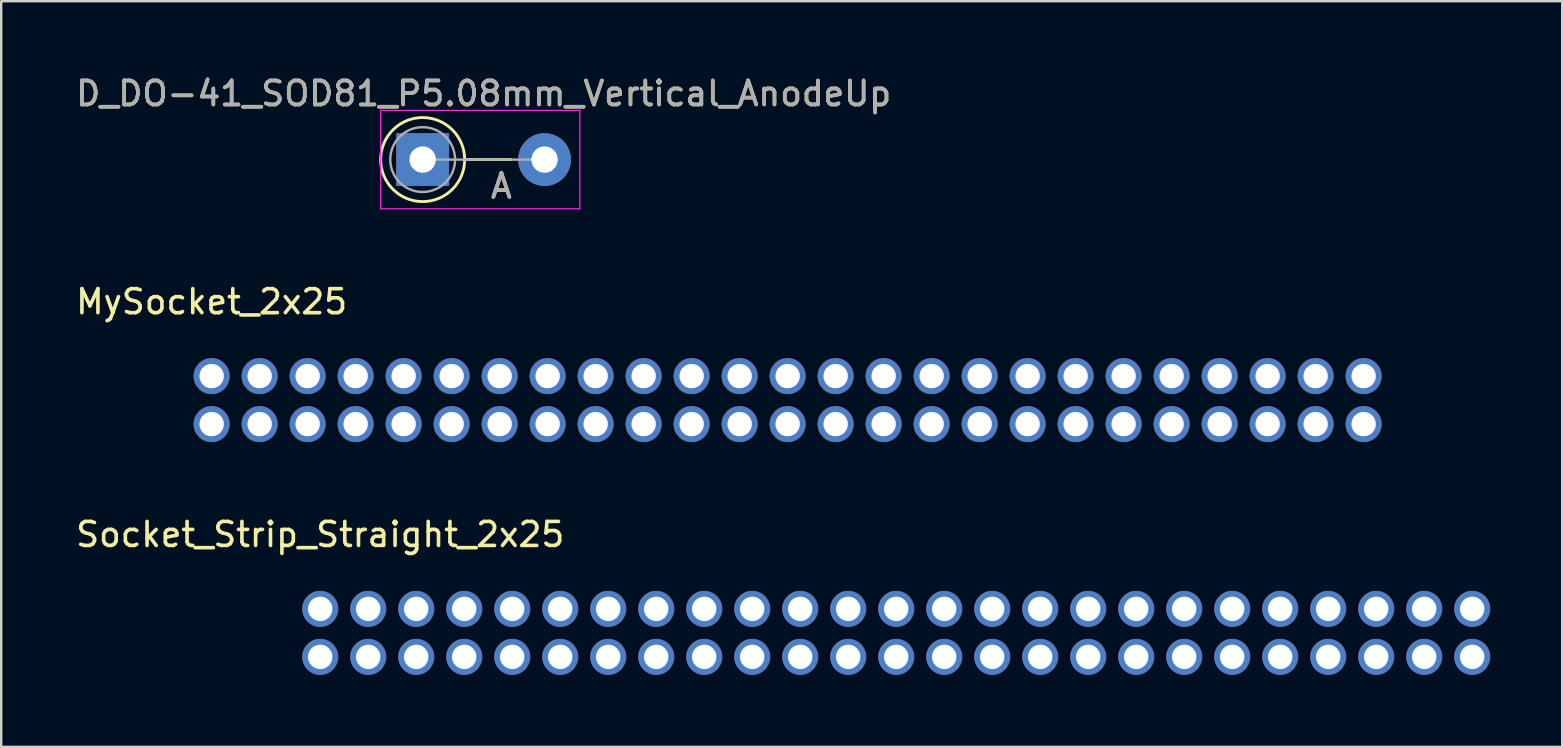
<source format=kicad_pcb>
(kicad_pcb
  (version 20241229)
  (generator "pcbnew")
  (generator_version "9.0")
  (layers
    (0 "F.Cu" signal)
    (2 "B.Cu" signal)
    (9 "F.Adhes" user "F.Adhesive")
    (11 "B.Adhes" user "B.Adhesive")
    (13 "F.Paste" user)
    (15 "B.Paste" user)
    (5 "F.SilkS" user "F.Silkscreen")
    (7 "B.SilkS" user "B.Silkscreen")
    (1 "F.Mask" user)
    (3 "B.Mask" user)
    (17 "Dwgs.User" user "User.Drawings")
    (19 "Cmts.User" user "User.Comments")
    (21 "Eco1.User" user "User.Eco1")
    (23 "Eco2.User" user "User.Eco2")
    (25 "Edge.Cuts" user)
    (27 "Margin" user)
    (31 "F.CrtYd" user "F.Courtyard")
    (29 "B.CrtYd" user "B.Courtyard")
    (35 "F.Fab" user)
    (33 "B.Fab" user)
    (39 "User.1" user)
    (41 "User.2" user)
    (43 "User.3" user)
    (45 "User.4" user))
  (footprint "MySocket_2x25"
    (layer "F.Cu")
    (at 5.768 14.622)
    (property "Reference" "MySocket_2x25" (at 0 -5.1 0) (layer "F.SilkS") (effects (font (size 1 1) (thickness 0.15))))
    (attr through_hole)
    (pad "1" thru_hole circle (at 0 0 180) (size 1.5 1.5) (drill 1.016) (layers "*.Cu" "*.Mask"))
    (pad "2" thru_hole circle (at 0 -2 180) (size 1.5 1.5) (drill 1.016) (layers "*.Cu" "*.Mask"))
    (pad "3" thru_hole circle (at 2 0 180) (size 1.5 1.5) (drill 1.016) (layers "*.Cu" "*.Mask"))
    (pad "4" thru_hole circle (at 2 -2 180) (size 1.5 1.5) (drill 1.016) (layers "*.Cu" "*.Mask"))
    (pad "5" thru_hole circle (at 4 0 180) (size 1.5 1.5) (drill 1.016) (layers "*.Cu" "*.Mask"))
    (pad "6" thru_hole circle (at 4 -2 180) (size 1.5 1.5) (drill 1.016) (layers "*.Cu" "*.Mask"))
    (pad "7" thru_hole circle (at 6 0 180) (size 1.5 1.5) (drill 1.016) (layers "*.Cu" "*.Mask"))
    (pad "8" thru_hole circle (at 6 -2 180) (size 1.5 1.5) (drill 1.016) (layers "*.Cu" "*.Mask"))
    (pad "9" thru_hole circle (at 8 0 180) (size 1.5 1.5) (drill 1.016) (layers "*.Cu" "*.Mask"))
    (pad "10" thru_hole circle (at 8 -2 180) (size 1.5 1.5) (drill 1.016) (layers "*.Cu" "*.Mask"))
    (pad "11" thru_hole circle (at 10 0 180) (size 1.5 1.5) (drill 1.016) (layers "*.Cu" "*.Mask"))
    (pad "12" thru_hole circle (at 10 -2 180) (size 1.5 1.5) (drill 1.016) (layers "*.Cu" "*.Mask"))
    (pad "13" thru_hole circle (at 12 0 180) (size 1.5 1.5) (drill 1.016) (layers "*.Cu" "*.Mask"))
    (pad "14" thru_hole circle (at 12 -2 180) (size 1.5 1.5) (drill 1.016) (layers "*.Cu" "*.Mask"))
    (pad "15" thru_hole circle (at 14 0 180) (size 1.5 1.5) (drill 1.016) (layers "*.Cu" "*.Mask"))
    (pad "16" thru_hole circle (at 14 -2 180) (size 1.5 1.5) (drill 1.016) (layers "*.Cu" "*.Mask"))
    (pad "17" thru_hole circle (at 16 0 180) (size 1.5 1.5) (drill 1.016) (layers "*.Cu" "*.Mask"))
    (pad "18" thru_hole circle (at 16 -2 180) (size 1.5 1.5) (drill 1.016) (layers "*.Cu" "*.Mask"))
    (pad "19" thru_hole circle (at 18 0 180) (size 1.5 1.5) (drill 1.016) (layers "*.Cu" "*.Mask"))
    (pad "20" thru_hole circle (at 18 -2 180) (size 1.5 1.5) (drill 1.016) (layers "*.Cu" "*.Mask"))
    (pad "21" thru_hole circle (at 20 0 180) (size 1.5 1.5) (drill 1.016) (layers "*.Cu" "*.Mask"))
    (pad "22" thru_hole circle (at 20 -2 180) (size 1.5 1.5) (drill 1.016) (layers "*.Cu" "*.Mask"))
    (pad "23" thru_hole circle (at 22 0 180) (size 1.5 1.5) (drill 1.016) (layers "*.Cu" "*.Mask"))
    (pad "24" thru_hole circle (at 22 -2 180) (size 1.5 1.5) (drill 1.016) (layers "*.Cu" "*.Mask"))
    (pad "25" thru_hole circle (at 24 0) (size 1.5 1.5) (drill 1.016) (layers "*.Cu" "*.Mask"))
    (pad "26" thru_hole circle (at 24 -2) (size 1.5 1.5) (drill 1.016) (layers "*.Cu" "*.Mask"))
    (pad "27" thru_hole circle (at 26 0) (size 1.5 1.5) (drill 1.016) (layers "*.Cu" "*.Mask"))
    (pad "28" thru_hole circle (at 26 -2) (size 1.5 1.5) (drill 1.016) (layers "*.Cu" "*.Mask"))
    (pad "29" thru_hole circle (at 28 0) (size 1.5 1.5) (drill 1.016) (layers "*.Cu" "*.Mask"))
    (pad "30" thru_hole circle (at 28 -2) (size 1.5 1.5) (drill 1.016) (layers "*.Cu" "*.Mask"))
    (pad "31" thru_hole circle (at 30 0) (size 1.5 1.5) (drill 1.016) (layers "*.Cu" "*.Mask"))
    (pad "32" thru_hole circle (at 30 -2) (size 1.5 1.5) (drill 1.016) (layers "*.Cu" "*.Mask"))
    (pad "33" thru_hole circle (at 32 0) (size 1.5 1.5) (drill 1.016) (layers "*.Cu" "*.Mask"))
    (pad "34" thru_hole circle (at 32 -2) (size 1.5 1.5) (drill 1.016) (layers "*.Cu" "*.Mask"))
    (pad "35" thru_hole circle (at 34 0) (size 1.5 1.5) (drill 1.016) (layers "*.Cu" "*.Mask"))
    (pad "36" thru_hole circle (at 34 -2) (size 1.5 1.5) (drill 1.016) (layers "*.Cu" "*.Mask"))
    (pad "37" thru_hole circle (at 36 0) (size 1.5 1.5) (drill 1.016) (layers "*.Cu" "*.Mask"))
    (pad "38" thru_hole circle (at 36 -2) (size 1.5 1.5) (drill 1.016) (layers "*.Cu" "*.Mask"))
    (pad "39" thru_hole circle (at 38 0) (size 1.5 1.5) (drill 1.016) (layers "*.Cu" "*.Mask"))
    (pad "40" thru_hole circle (at 38 -2) (size 1.5 1.5) (drill 1.016) (layers "*.Cu" "*.Mask"))
    (pad "41" thru_hole circle (at 40 0) (size 1.5 1.5) (drill 1.016) (layers "*.Cu" "*.Mask"))
    (pad "42" thru_hole circle (at 40 -2) (size 1.5 1.5) (drill 1.016) (layers "*.Cu" "*.Mask"))
    (pad "43" thru_hole circle (at 42 0) (size 1.5 1.5) (drill 1.016) (layers "*.Cu" "*.Mask"))
    (pad "44" thru_hole circle (at 42 -2) (size 1.5 1.5) (drill 1.016) (layers "*.Cu" "*.Mask"))
    (pad "45" thru_hole circle (at 44 0) (size 1.5 1.5) (drill 1.016) (layers "*.Cu" "*.Mask"))
    (pad "46" thru_hole circle (at 44 -2) (size 1.5 1.5) (drill 1.016) (layers "*.Cu" "*.Mask"))
    (pad "47" thru_hole circle (at 46 0) (size 1.5 1.5) (drill 1.016) (layers "*.Cu" "*.Mask"))
    (pad "48" thru_hole circle (at 46 -2) (size 1.5 1.5) (drill 1.016) (layers "*.Cu" "*.Mask"))
    (pad "49" thru_hole circle (at 48 0) (size 1.5 1.5) (drill 1.016) (layers "*.Cu" "*.Mask"))
    (pad "50" thru_hole circle (at 48 -2) (size 1.5 1.5) (drill 1.016) (layers "*.Cu" "*.Mask")))
  (footprint "Socket_Strip_Straight_2x25"
    (layer "F.Cu")
    (at 10.292 24.32)
    (property "Reference" "Socket_Strip_Straight_2x25" (at 0 -5.1 0) (layer "F.SilkS") (effects (font (size 1 1) (thickness 0.15))))
    (attr through_hole)
    (pad "1" thru_hole circle (at 0 0 180) (size 1.5 1.5) (drill 1.016) (layers "*.Cu" "*.Mask"))
    (pad "2" thru_hole circle (at 0 -2 180) (size 1.5 1.5) (drill 1.016) (layers "*.Cu" "*.Mask"))
    (pad "3" thru_hole circle (at 2 0 180) (size 1.5 1.5) (drill 1.016) (layers "*.Cu" "*.Mask"))
    (pad "4" thru_hole circle (at 2 -2 180) (size 1.5 1.5) (drill 1.016) (layers "*.Cu" "*.Mask"))
    (pad "5" thru_hole circle (at 4 0 180) (size 1.5 1.5) (drill 1.016) (layers "*.Cu" "*.Mask"))
    (pad "6" thru_hole circle (at 4 -2 180) (size 1.5 1.5) (drill 1.016) (layers "*.Cu" "*.Mask"))
    (pad "7" thru_hole circle (at 6 0 180) (size 1.5 1.5) (drill 1.016) (layers "*.Cu" "*.Mask"))
    (pad "8" thru_hole circle (at 6 -2 180) (size 1.5 1.5) (drill 1.016) (layers "*.Cu" "*.Mask"))
    (pad "9" thru_hole circle (at 8 0 180) (size 1.5 1.5) (drill 1.016) (layers "*.Cu" "*.Mask"))
    (pad "10" thru_hole circle (at 8 -2 180) (size 1.5 1.5) (drill 1.016) (layers "*.Cu" "*.Mask"))
    (pad "11" thru_hole circle (at 10 0 180) (size 1.5 1.5) (drill 1.016) (layers "*.Cu" "*.Mask"))
    (pad "12" thru_hole circle (at 10 -2 180) (size 1.5 1.5) (drill 1.016) (layers "*.Cu" "*.Mask"))
    (pad "13" thru_hole circle (at 12 0 180) (size 1.5 1.5) (drill 1.016) (layers "*.Cu" "*.Mask"))
    (pad "14" thru_hole circle (at 12 -2 180) (size 1.5 1.5) (drill 1.016) (layers "*.Cu" "*.Mask"))
    (pad "15" thru_hole circle (at 14 0 180) (size 1.5 1.5) (drill 1.016) (layers "*.Cu" "*.Mask"))
    (pad "16" thru_hole circle (at 14 -2 180) (size 1.5 1.5) (drill 1.016) (layers "*.Cu" "*.Mask"))
    (pad "17" thru_hole circle (at 16 0 180) (size 1.5 1.5) (drill 1.016) (layers "*.Cu" "*.Mask"))
    (pad "18" thru_hole circle (at 16 -2 180) (size 1.5 1.5) (drill 1.016) (layers "*.Cu" "*.Mask"))
    (pad "19" thru_hole circle (at 18 0 180) (size 1.5 1.5) (drill 1.016) (layers "*.Cu" "*.Mask"))
    (pad "20" thru_hole circle (at 18 -2 180) (size 1.5 1.5) (drill 1.016) (layers "*.Cu" "*.Mask"))
    (pad "21" thru_hole circle (at 20 0 180) (size 1.5 1.5) (drill 1.016) (layers "*.Cu" "*.Mask"))
    (pad "22" thru_hole circle (at 20 -2 180) (size 1.5 1.5) (drill 1.016) (layers "*.Cu" "*.Mask"))
    (pad "23" thru_hole circle (at 22 0 180) (size 1.5 1.5) (drill 1.016) (layers "*.Cu" "*.Mask"))
    (pad "24" thru_hole circle (at 22 -2 180) (size 1.5 1.5) (drill 1.016) (layers "*.Cu" "*.Mask"))
    (pad "25" thru_hole circle (at 24 0) (size 1.5 1.5) (drill 1.016) (layers "*.Cu" "*.Mask"))
    (pad "26" thru_hole circle (at 24 -2) (size 1.5 1.5) (drill 1.016) (layers "*.Cu" "*.Mask"))
    (pad "27" thru_hole circle (at 26 0) (size 1.5 1.5) (drill 1.016) (layers "*.Cu" "*.Mask"))
    (pad "28" thru_hole circle (at 26 -2) (size 1.5 1.5) (drill 1.016) (layers "*.Cu" "*.Mask"))
    (pad "29" thru_hole circle (at 28 0) (size 1.5 1.5) (drill 1.016) (layers "*.Cu" "*.Mask"))
    (pad "30" thru_hole circle (at 28 -2) (size 1.5 1.5) (drill 1.016) (layers "*.Cu" "*.Mask"))
    (pad "31" thru_hole circle (at 30 0) (size 1.5 1.5) (drill 1.016) (layers "*.Cu" "*.Mask"))
    (pad "32" thru_hole circle (at 30 -2) (size 1.5 1.5) (drill 1.016) (layers "*.Cu" "*.Mask"))
    (pad "33" thru_hole circle (at 32 0) (size 1.5 1.5) (drill 1.016) (layers "*.Cu" "*.Mask"))
    (pad "34" thru_hole circle (at 32 -2) (size 1.5 1.5) (drill 1.016) (layers "*.Cu" "*.Mask"))
    (pad "35" thru_hole circle (at 34 0) (size 1.5 1.5) (drill 1.016) (layers "*.Cu" "*.Mask"))
    (pad "36" thru_hole circle (at 34 -2) (size 1.5 1.5) (drill 1.016) (layers "*.Cu" "*.Mask"))
    (pad "37" thru_hole circle (at 36 0) (size 1.5 1.5) (drill 1.016) (layers "*.Cu" "*.Mask"))
    (pad "38" thru_hole circle (at 36 -2) (size 1.5 1.5) (drill 1.016) (layers "*.Cu" "*.Mask"))
    (pad "39" thru_hole circle (at 38 0) (size 1.5 1.5) (drill 1.016) (layers "*.Cu" "*.Mask"))
    (pad "40" thru_hole circle (at 38 -2) (size 1.5 1.5) (drill 1.016) (layers "*.Cu" "*.Mask"))
    (pad "41" thru_hole circle (at 40 0) (size 1.5 1.5) (drill 1.016) (layers "*.Cu" "*.Mask"))
    (pad "42" thru_hole circle (at 40 -2) (size 1.5 1.5) (drill 1.016) (layers "*.Cu" "*.Mask"))
    (pad "43" thru_hole circle (at 42 0) (size 1.5 1.5) (drill 1.016) (layers "*.Cu" "*.Mask"))
    (pad "44" thru_hole circle (at 42 -2) (size 1.5 1.5) (drill 1.016) (layers "*.Cu" "*.Mask"))
    (pad "45" thru_hole circle (at 44 0) (size 1.5 1.5) (drill 1.016) (layers "*.Cu" "*.Mask"))
    (pad "46" thru_hole circle (at 44 -2) (size 1.5 1.5) (drill 1.016) (layers "*.Cu" "*.Mask"))
    (pad "47" thru_hole circle (at 46 0) (size 1.5 1.5) (drill 1.016) (layers "*.Cu" "*.Mask"))
    (pad "48" thru_hole circle (at 46 -2) (size 1.5 1.5) (drill 1.016) (layers "*.Cu" "*.Mask"))
    (pad "49" thru_hole circle (at 48 0) (size 1.5 1.5) (drill 1.016) (layers "*.Cu" "*.Mask"))
    (pad "50" thru_hole circle (at 48 -2) (size 1.5 1.5) (drill 1.016) (layers "*.Cu" "*.Mask")))
  (footprint "D_DO-41_SOD81_P5.08mm_Vertical_AnodeUp"
    (layer "F.Cu")
    (at 14.561 3.599)
    (property "Reference" "D_DO-41_SOD81_P5.08mm_Vertical_AnodeUp" (at 2.54 -2.751 0) (layer "F.SilkS") (effects (font (size 1 1) (thickness 0.15))))
    (attr through_hole)
    (fp_line (start 1.751 0) (end 3.68 0) (stroke (width 0.12) (type solid)) (layer "F.SilkS"))
    (fp_circle (center 0 0) (end 1.751 0) (stroke (width 0.12) (type solid)) (fill no) (layer "F.SilkS"))
    (fp_line (start -1.75 -2.05) (end -1.75 2.05) (stroke (width 0.05) (type solid)) (layer "F.CrtYd"))
    (fp_line (start -1.75 2.05) (end 6.55 2.05) (stroke (width 0.05) (type solid)) (layer "F.CrtYd"))
    (fp_line (start 6.55 -2.05) (end -1.75 -2.05) (stroke (width 0.05) (type solid)) (layer "F.CrtYd"))
    (fp_line (start 6.55 2.05) (end 6.55 -2.05) (stroke (width 0.05) (type solid)) (layer "F.CrtYd"))
    (fp_line (start 0 0) (end 5.08 0) (stroke (width 0.1) (type solid)) (layer "F.Fab"))
    (fp_circle (center 0 0) (end 1.35 0) (stroke (width 0.1) (type solid)) (fill no) (layer "F.Fab"))
    (fp_text user "A" (at 3.28 1.1 0) (layer "F.SilkS") (effects (font (size 1 1) (thickness 0.15))))
    (fp_text user "${REFERENCE}" (at 2.54 -2.751 0) (layer "F.Fab") (effects (font (size 1 1) (thickness 0.15))))
    (fp_text user "A" (at 3.28 1.1 0) (layer "F.Fab") (effects (font (size 1 1) (thickness 0.15))))
    (pad "1" thru_hole rect (at 0 0) (size 2.2 2.2) (drill 1.1) (layers "*.Cu" "*.Mask"))
    (pad "2" thru_hole oval (at 5.08 0) (size 2.2 2.2) (drill 1.1) (layers "*.Cu" "*.Mask")))
  (gr_rect
    (start -3 -3)
    (end 62.042 28.07)
    (stroke (width 0.1) (type default))
    (fill no)
    (layer "Edge.Cuts")))
</source>
